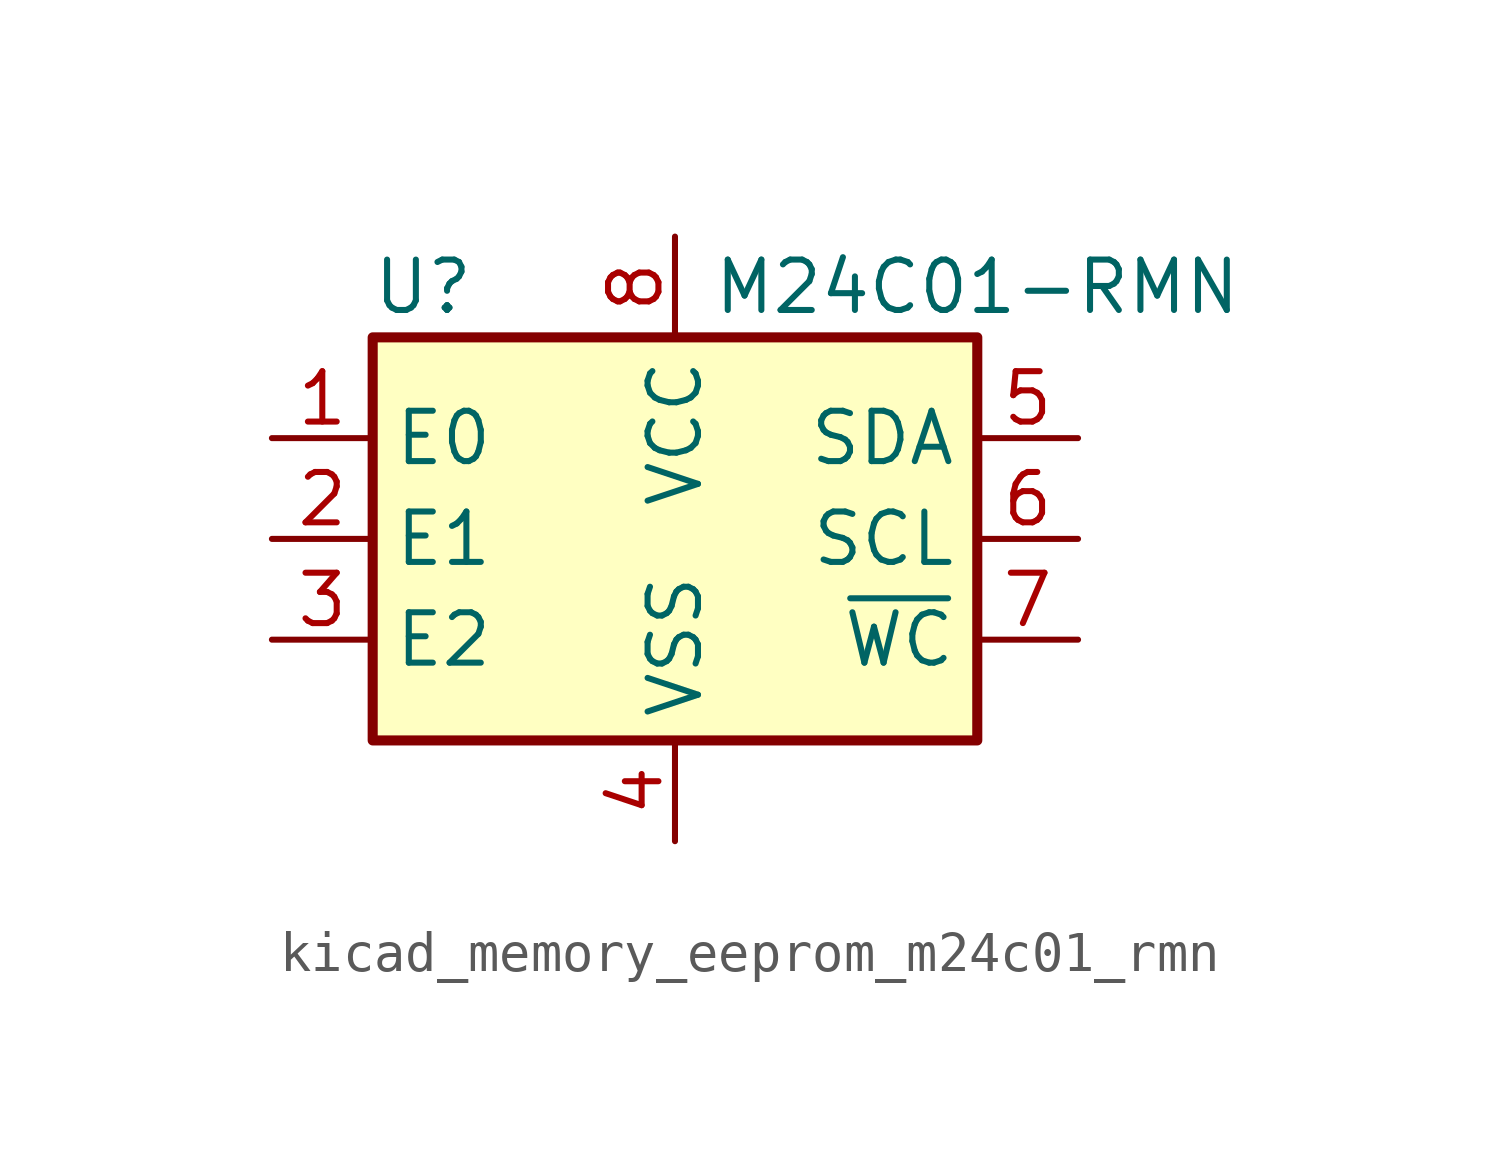
<source format=kicad_sym>
(kicad_symbol_lib
  (version 20220914)
  (generator kicad_symbol_editor)
  (symbol "kicad_memory_eeprom_m24c01_rmn"
    (property "Reference" "U"
      (at -6.35 6.35 0)
      (effects (font (size 1.27 1.27))))
    (property "Value" "M24C01-RMN"
      (at 7.62 6.35 0)
      (effects (font (size 1.27 1.27))))
    (symbol "kicad_memory_eeprom_m24c01_rmn_0_1"
      (rectangle (start -7.62 5.08) (end 7.62 -5.08) (stroke (width 0.254) (type default)) (fill (type background))))
    (symbol "kicad_memory_eeprom_m24c01_rmn_1_1"
      (pin input line (at -10.16 2.54 0) (length 2.54) (name "E0" (effects (font (size 1.27 1.27)))) (number "1" (effects (font (size 1.27 1.27)))))
      (pin input line (at -10.16 0 0) (length 2.54) (name "E1" (effects (font (size 1.27 1.27)))) (number "2" (effects (font (size 1.27 1.27)))))
      (pin input line (at -10.16 -2.54 0) (length 2.54) (name "E2" (effects (font (size 1.27 1.27)))) (number "3" (effects (font (size 1.27 1.27)))))
      (pin power_in line (at 0 -7.62 90) (length 2.54) (name "VSS" (effects (font (size 1.27 1.27)))) (number "4" (effects (font (size 1.27 1.27)))))
      (pin bidirectional line (at 10.16 2.54 180) (length 2.54) (name "SDA" (effects (font (size 1.27 1.27)))) (number "5" (effects (font (size 1.27 1.27)))))
      (pin input line (at 10.16 0 180) (length 2.54) (name "SCL" (effects (font (size 1.27 1.27)))) (number "6" (effects (font (size 1.27 1.27)))))
      (pin input line (at 10.16 -2.54 180) (length 2.54) (name "~{WC}" (effects (font (size 1.27 1.27)))) (number "7" (effects (font (size 1.27 1.27)))))
      (pin power_in line (at 0 7.62 270) (length 2.54) (name "VCC" (effects (font (size 1.27 1.27)))) (number "8" (effects (font (size 1.27 1.27))))))))
</source>
